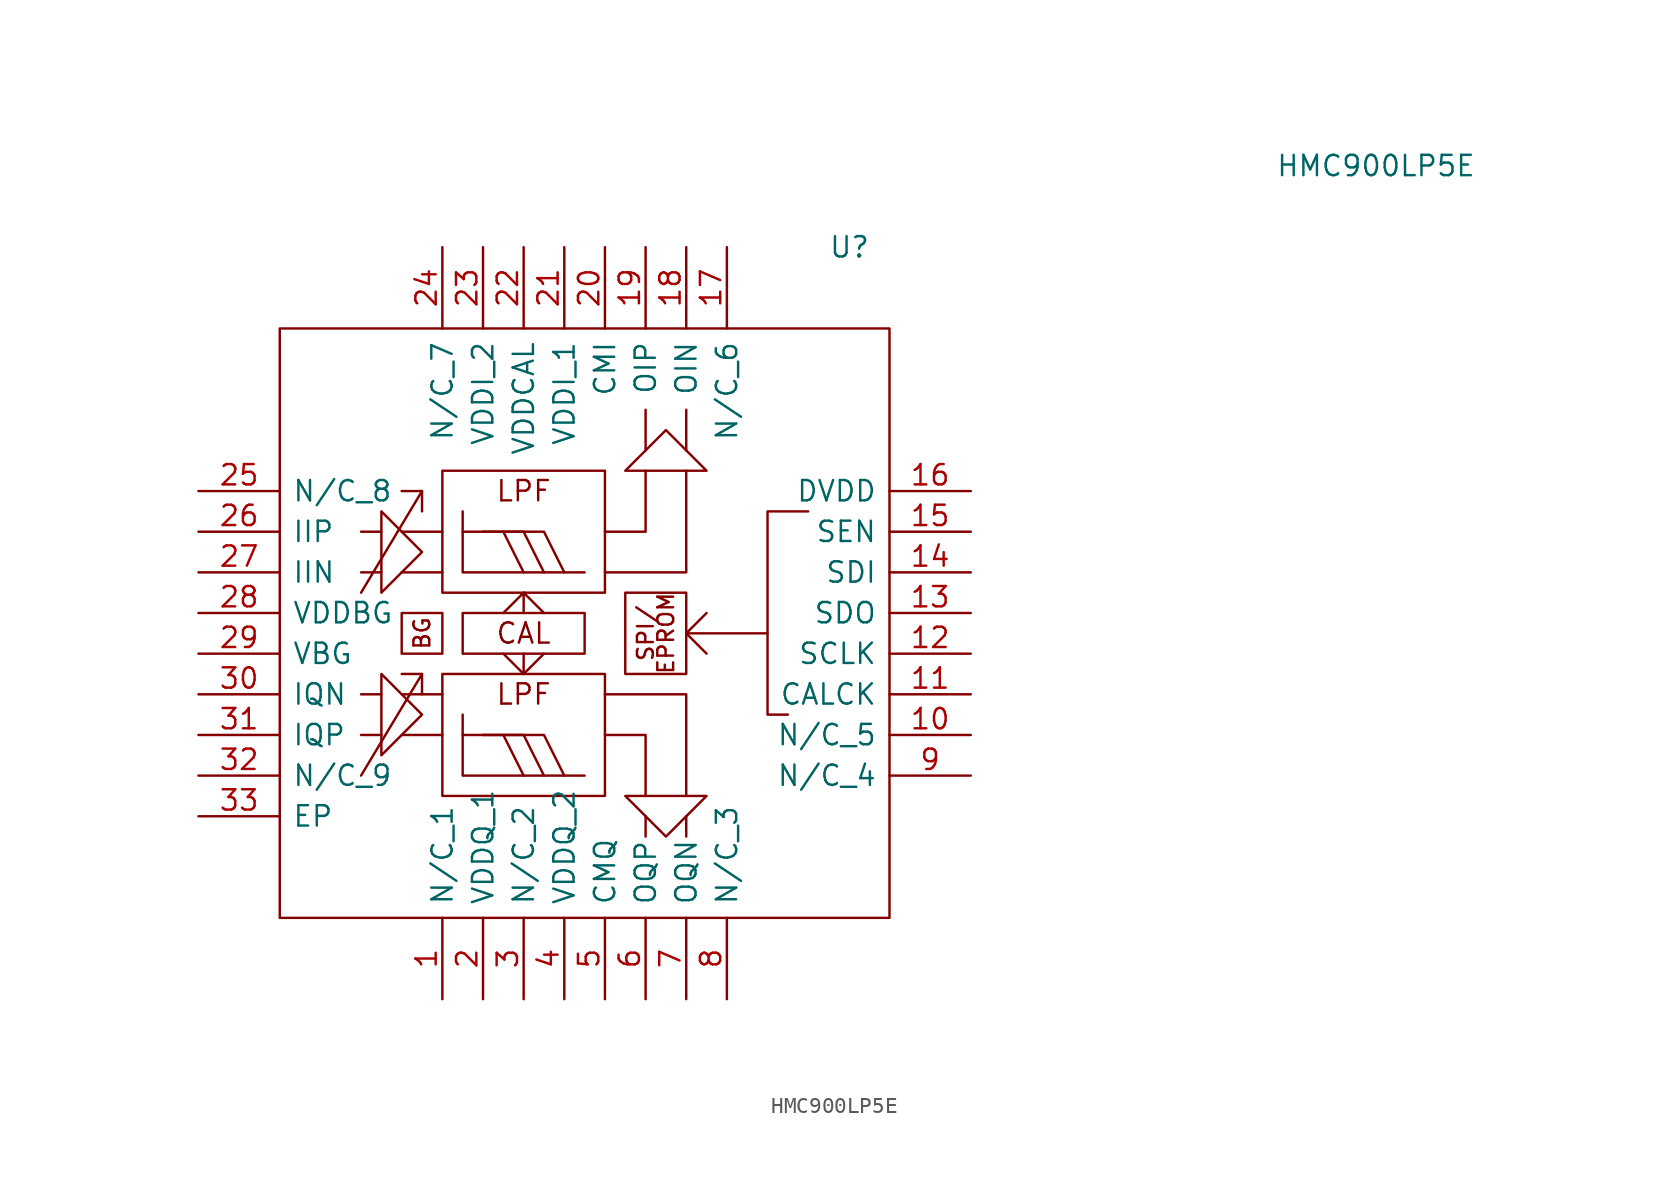
<source format=kicad_sym>
(kicad_symbol_lib
  (version 20211014)
  (generator kicad_symbol_editor)
  (symbol "HMC900LP5E"
    (pin_names
      (offset 0.762))
    (property "Reference" "U"
      (at 15.24 24.13 0)
      (effects (font (size 1.27 1.27)) (justify left)))
    (property "Value" "HMC900LP5E"
      (at 43.18 29.21 0)
      (effects (font (size 1.27 1.27)) (justify left)))
    (symbol "HMC900LP5E_0_0"
      (rectangle (start -11.43 1.27) (end -8.89 -1.27) (stroke (width 0) (type default) (color 0 0 0 0)) (fill (type none)))
      (rectangle (start -8.89 10.16) (end 1.27 2.54) (stroke (width 0) (type default) (color 0 0 0 0)) (fill (type none)))
      (rectangle (start -7.62 1.27) (end 0 -1.27) (stroke (width 0) (type default) (color 0 0 0 0)) (fill (type none)))
      (polyline (pts (xy -3.81 -1.27) (xy -3.81 -2.54)) (stroke (width 0) (type default) (color 0 0 0 0)) (fill (type none)))
      (polyline (pts (xy -3.81 1.27) (xy -3.81 2.54)) (stroke (width 0) (type default) (color 0 0 0 0)) (fill (type none)))
      (polyline (pts (xy 11.43 0) (xy 6.35 0)) (stroke (width 0) (type default) (color 0 0 0 0)) (fill (type none)))
      (polyline (pts (xy -7.62 6.35) (xy -2.54 6.35) (xy -1.27 3.81)) (stroke (width 0) (type default) (color 0 0 0 0)) (fill (type none)))
      (polyline (pts (xy -7.62 7.62) (xy -7.62 3.81) (xy 0 3.81)) (stroke (width 0) (type default) (color 0 0 0 0)) (fill (type none)))
      (polyline (pts (xy -5.08 -1.27) (xy -3.81 -2.54) (xy -2.54 -1.27)) (stroke (width 0) (type default) (color 0 0 0 0)) (fill (type none)))
      (polyline (pts (xy -5.08 1.27) (xy -3.81 2.54) (xy -2.54 1.27)) (stroke (width 0) (type default) (color 0 0 0 0)) (fill (type none)))
      (polyline (pts (xy 1.27 3.81) (xy 6.35 3.81) (xy 6.35 10.16)) (stroke (width 0) (type default) (color 0 0 0 0)) (fill (type none)))
      (polyline (pts (xy 1.27 6.35) (xy 3.81 6.35) (xy 3.81 10.16)) (stroke (width 0) (type default) (color 0 0 0 0)) (fill (type none)))
      (polyline (pts (xy 7.62 1.27) (xy 6.35 0) (xy 7.62 -1.27)) (stroke (width 0) (type default) (color 0 0 0 0)) (fill (type none)))
      (polyline (pts (xy 13.97 7.62) (xy 11.43 7.62) (xy 11.43 -5.08) (xy 12.7 -5.08)) (stroke (width 0) (type default) (color 0 0 0 0)) (fill (type none)))
      (rectangle (start 2.54 2.54) (end 6.35 -2.54) (stroke (width 0) (type default) (color 0 0 0 0)) (fill (type none)))
      (text "BG" (at -10.16 0 900) (effects (font (size 0.991 0.991))))
      (text "CAL" (at -3.81 0 0) (effects (font (size 1.27 1.27))))
      (text "EPROM" (at 5.08 0 900) (effects (font (size 0.991 0.991))))
      (text "LPF" (at -3.81 8.89 0) (effects (font (size 1.27 1.27))))
      (text "SPI/" (at 3.81 0 900) (effects (font (size 0.991 0.991))))
      (pin passive line (at -8.89 -22.86 90) (length 5.08) (name "N/C_1" (effects (font (size 1.27 1.27)))) (number "1" (effects (font (size 1.27 1.27)))))
      (pin passive line (at 24.13 -6.35 180) (length 5.08) (name "N/C_5" (effects (font (size 1.27 1.27)))) (number "10" (effects (font (size 1.27 1.27)))))
      (pin passive line (at 24.13 -3.81 180) (length 5.08) (name "CALCK" (effects (font (size 1.27 1.27)))) (number "11" (effects (font (size 1.27 1.27)))))
      (pin passive line (at 24.13 -1.27 180) (length 5.08) (name "SCLK" (effects (font (size 1.27 1.27)))) (number "12" (effects (font (size 1.27 1.27)))))
      (pin passive line (at 24.13 1.27 180) (length 5.08) (name "SDO" (effects (font (size 1.27 1.27)))) (number "13" (effects (font (size 1.27 1.27)))))
      (pin passive line (at 24.13 3.81 180) (length 5.08) (name "SDI" (effects (font (size 1.27 1.27)))) (number "14" (effects (font (size 1.27 1.27)))))
      (pin passive line (at 24.13 6.35 180) (length 5.08) (name "SEN" (effects (font (size 1.27 1.27)))) (number "15" (effects (font (size 1.27 1.27)))))
      (pin passive line (at 24.13 8.89 180) (length 5.08) (name "DVDD" (effects (font (size 1.27 1.27)))) (number "16" (effects (font (size 1.27 1.27)))))
      (pin passive line (at 8.89 24.13 270) (length 5.08) (name "N/C_6" (effects (font (size 1.27 1.27)))) (number "17" (effects (font (size 1.27 1.27)))))
      (pin passive line (at 6.35 24.13 270) (length 5.08) (name "OIN" (effects (font (size 1.27 1.27)))) (number "18" (effects (font (size 1.27 1.27)))))
      (pin passive line (at 3.81 24.13 270) (length 5.08) (name "OIP" (effects (font (size 1.27 1.27)))) (number "19" (effects (font (size 1.27 1.27)))))
      (pin passive line (at -6.35 -22.86 90) (length 5.08) (name "VDDQ_1" (effects (font (size 1.27 1.27)))) (number "2" (effects (font (size 1.27 1.27)))))
      (pin passive line (at 1.27 24.13 270) (length 5.08) (name "CMI" (effects (font (size 1.27 1.27)))) (number "20" (effects (font (size 1.27 1.27)))))
      (pin passive line (at -1.27 24.13 270) (length 5.08) (name "VDDI_1" (effects (font (size 1.27 1.27)))) (number "21" (effects (font (size 1.27 1.27)))))
      (pin passive line (at -3.81 24.13 270) (length 5.08) (name "VDDCAL" (effects (font (size 1.27 1.27)))) (number "22" (effects (font (size 1.27 1.27)))))
      (pin passive line (at -6.35 24.13 270) (length 5.08) (name "VDDI_2" (effects (font (size 1.27 1.27)))) (number "23" (effects (font (size 1.27 1.27)))))
      (pin passive line (at -8.89 24.13 270) (length 5.08) (name "N/C_7" (effects (font (size 1.27 1.27)))) (number "24" (effects (font (size 1.27 1.27)))))
      (pin passive line (at -24.13 8.89 0) (length 5.08) (name "N/C_8" (effects (font (size 1.27 1.27)))) (number "25" (effects (font (size 1.27 1.27)))))
      (pin passive line (at -24.13 6.35 0) (length 5.08) (name "IIP" (effects (font (size 1.27 1.27)))) (number "26" (effects (font (size 1.27 1.27)))))
      (pin passive line (at -24.13 3.81 0) (length 5.08) (name "IIN" (effects (font (size 1.27 1.27)))) (number "27" (effects (font (size 1.27 1.27)))))
      (pin passive line (at -24.13 1.27 0) (length 5.08) (name "VDDBG" (effects (font (size 1.27 1.27)))) (number "28" (effects (font (size 1.27 1.27)))))
      (pin passive line (at -24.13 -1.27 0) (length 5.08) (name "VBG" (effects (font (size 1.27 1.27)))) (number "29" (effects (font (size 1.27 1.27)))))
      (pin passive line (at -3.81 -22.86 90) (length 5.08) (name "N/C_2" (effects (font (size 1.27 1.27)))) (number "3" (effects (font (size 1.27 1.27)))))
      (pin passive line (at -24.13 -3.81 0) (length 5.08) (name "IQN" (effects (font (size 1.27 1.27)))) (number "30" (effects (font (size 1.27 1.27)))))
      (pin passive line (at -24.13 -6.35 0) (length 5.08) (name "IQP" (effects (font (size 1.27 1.27)))) (number "31" (effects (font (size 1.27 1.27)))))
      (pin passive line (at -24.13 -8.89 0) (length 5.08) (name "N/C_9" (effects (font (size 1.27 1.27)))) (number "32" (effects (font (size 1.27 1.27)))))
      (pin passive line (at -24.13 -11.43 0) (length 5.08) (name "EP" (effects (font (size 1.27 1.27)))) (number "33" (effects (font (size 1.27 1.27)))))
      (pin passive line (at -1.27 -22.86 90) (length 5.08) (name "VDDQ_2" (effects (font (size 1.27 1.27)))) (number "4" (effects (font (size 1.27 1.27)))))
      (pin passive line (at 1.27 -22.86 90) (length 5.08) (name "CMQ" (effects (font (size 1.27 1.27)))) (number "5" (effects (font (size 1.27 1.27)))))
      (pin passive line (at 3.81 -22.86 90) (length 5.08) (name "OQP" (effects (font (size 1.27 1.27)))) (number "6" (effects (font (size 1.27 1.27)))))
      (pin passive line (at 6.35 -22.86 90) (length 5.08) (name "OQN" (effects (font (size 1.27 1.27)))) (number "7" (effects (font (size 1.27 1.27)))))
      (pin passive line (at 8.89 -22.86 90) (length 5.08) (name "N/C_3" (effects (font (size 1.27 1.27)))) (number "8" (effects (font (size 1.27 1.27)))))
      (pin passive line (at 24.13 -8.89 180) (length 5.08) (name "N/C_4" (effects (font (size 1.27 1.27)))) (number "9" (effects (font (size 1.27 1.27))))))
    (symbol "HMC900LP5E_0_1"
      (rectangle (start -19.05 19.05) (end 19.05 -17.78) (stroke (width 0) (type default) (color 0 0 0 0)) (fill (type none)))
      (polyline (pts (xy -13.97 2.54) (xy -10.16 8.89)) (stroke (width 0) (type default) (color 0 0 0 0)) (fill (type none)))
      (polyline (pts (xy -12.7 3.81) (xy -13.97 3.81)) (stroke (width 0) (type default) (color 0 0 0 0)) (fill (type none)))
      (polyline (pts (xy -12.7 6.35) (xy -13.97 6.35)) (stroke (width 0) (type default) (color 0 0 0 0)) (fill (type none)))
      (polyline (pts (xy -11.43 3.81) (xy -8.89 3.81)) (stroke (width 0) (type default) (color 0 0 0 0)) (fill (type none)))
      (polyline (pts (xy -11.43 6.35) (xy -8.89 6.35)) (stroke (width 0) (type default) (color 0 0 0 0)) (fill (type none)))
      (polyline (pts (xy 3.81 -11.43) (xy 3.81 -12.7)) (stroke (width 0) (type default) (color 0 0 0 0)) (fill (type none)))
      (polyline (pts (xy 3.81 11.43) (xy 3.81 13.97)) (stroke (width 0) (type default) (color 0 0 0 0)) (fill (type none)))
      (polyline (pts (xy 6.35 -11.43) (xy 6.35 -12.7)) (stroke (width 0) (type default) (color 0 0 0 0)) (fill (type none)))
      (polyline (pts (xy 6.35 11.43) (xy 6.35 13.97)) (stroke (width 0) (type default) (color 0 0 0 0)) (fill (type none)))
      (polyline (pts (xy -11.43 8.89) (xy -10.16 8.89) (xy -10.16 7.62)) (stroke (width 0) (type default) (color 0 0 0 0)) (fill (type none)))
      (polyline (pts (xy -6.35 6.35) (xy -5.08 6.35) (xy -3.81 3.81)) (stroke (width 0) (type default) (color 0 0 0 0)) (fill (type none)))
      (polyline (pts (xy -5.08 6.35) (xy -3.81 6.35) (xy -2.54 3.81)) (stroke (width 0) (type default) (color 0 0 0 0)) (fill (type none)))
      (polyline (pts (xy -12.7 7.62) (xy -12.7 2.54) (xy -10.16 5.08) (xy -12.7 7.62)) (stroke (width 0) (type default) (color 0 0 0 0)) (fill (type none)))
      (polyline (pts (xy 5.08 12.7) (xy 2.54 10.16) (xy 7.62 10.16) (xy 5.08 12.7)) (stroke (width 0) (type default) (color 0 0 0 0)) (fill (type none))))
    (symbol "HMC900LP5E_1_1"
      (rectangle (start -8.89 -10.16) (end 1.27 -2.54) (stroke (width 0) (type default) (color 0 0 0 0)) (fill (type none)))
      (polyline (pts (xy -13.97 -8.89) (xy -10.16 -2.54)) (stroke (width 0) (type default) (color 0 0 0 0)) (fill (type none)))
      (polyline (pts (xy -12.7 -6.35) (xy -13.97 -6.35)) (stroke (width 0) (type default) (color 0 0 0 0)) (fill (type none)))
      (polyline (pts (xy -12.7 -3.81) (xy -13.97 -3.81)) (stroke (width 0) (type default) (color 0 0 0 0)) (fill (type none)))
      (polyline (pts (xy -11.43 -6.35) (xy -8.89 -6.35)) (stroke (width 0) (type default) (color 0 0 0 0)) (fill (type none)))
      (polyline (pts (xy -11.43 -3.81) (xy -8.89 -3.81)) (stroke (width 0) (type default) (color 0 0 0 0)) (fill (type none)))
      (polyline (pts (xy -11.43 -2.54) (xy -10.16 -2.54) (xy -10.16 -3.81)) (stroke (width 0) (type default) (color 0 0 0 0)) (fill (type none)))
      (polyline (pts (xy -7.62 -6.35) (xy -2.54 -6.35) (xy -1.27 -8.89)) (stroke (width 0) (type default) (color 0 0 0 0)) (fill (type none)))
      (polyline (pts (xy -7.62 -5.08) (xy -7.62 -8.89) (xy 0 -8.89)) (stroke (width 0) (type default) (color 0 0 0 0)) (fill (type none)))
      (polyline (pts (xy -6.35 -6.35) (xy -5.08 -6.35) (xy -3.81 -8.89)) (stroke (width 0) (type default) (color 0 0 0 0)) (fill (type none)))
      (polyline (pts (xy -5.08 -6.35) (xy -3.81 -6.35) (xy -2.54 -8.89)) (stroke (width 0) (type default) (color 0 0 0 0)) (fill (type none)))
      (polyline (pts (xy 1.27 -6.35) (xy 3.81 -6.35) (xy 3.81 -10.16)) (stroke (width 0) (type default) (color 0 0 0 0)) (fill (type none)))
      (polyline (pts (xy 1.27 -3.81) (xy 6.35 -3.81) (xy 6.35 -10.16)) (stroke (width 0) (type default) (color 0 0 0 0)) (fill (type none)))
      (polyline (pts (xy -12.7 -7.62) (xy -12.7 -2.54) (xy -10.16 -5.08) (xy -12.7 -7.62)) (stroke (width 0) (type default) (color 0 0 0 0)) (fill (type none)))
      (polyline (pts (xy 5.08 -12.7) (xy 2.54 -10.16) (xy 7.62 -10.16) (xy 5.08 -12.7)) (stroke (width 0) (type default) (color 0 0 0 0)) (fill (type none)))
      (text "LPF" (at -3.81 -3.81 0) (effects (font (size 1.27 1.27)))))))
</source>
